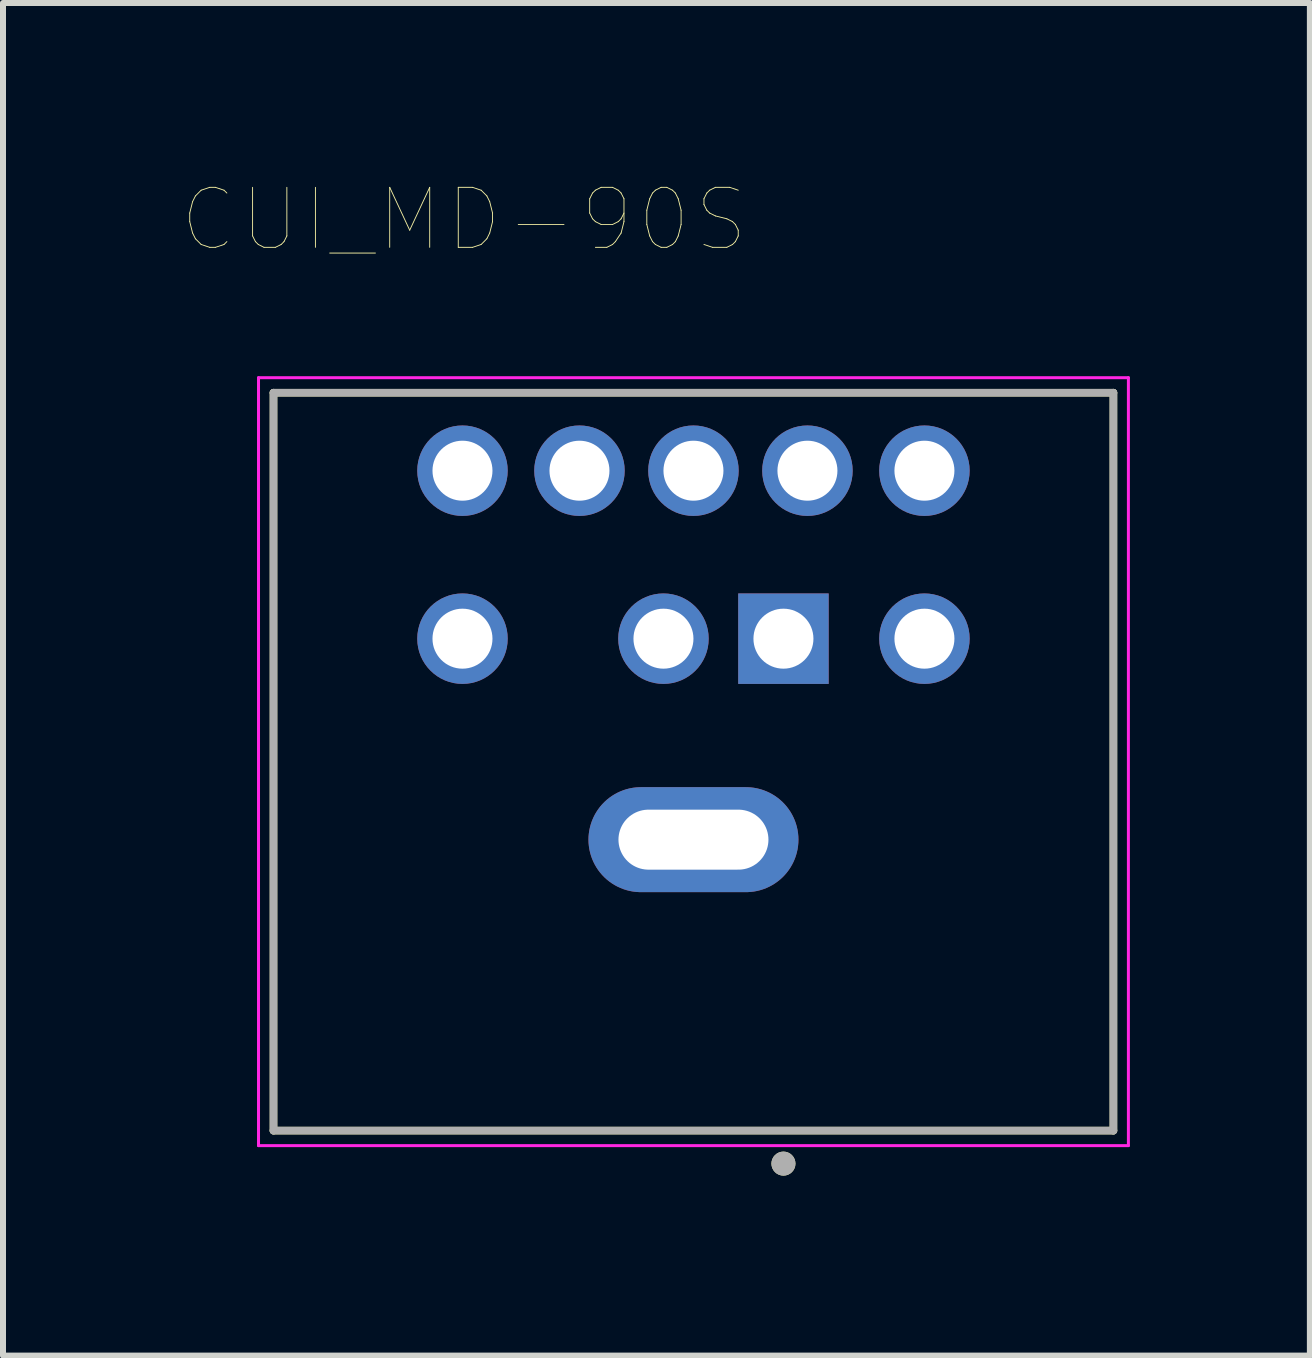
<source format=kicad_pcb>
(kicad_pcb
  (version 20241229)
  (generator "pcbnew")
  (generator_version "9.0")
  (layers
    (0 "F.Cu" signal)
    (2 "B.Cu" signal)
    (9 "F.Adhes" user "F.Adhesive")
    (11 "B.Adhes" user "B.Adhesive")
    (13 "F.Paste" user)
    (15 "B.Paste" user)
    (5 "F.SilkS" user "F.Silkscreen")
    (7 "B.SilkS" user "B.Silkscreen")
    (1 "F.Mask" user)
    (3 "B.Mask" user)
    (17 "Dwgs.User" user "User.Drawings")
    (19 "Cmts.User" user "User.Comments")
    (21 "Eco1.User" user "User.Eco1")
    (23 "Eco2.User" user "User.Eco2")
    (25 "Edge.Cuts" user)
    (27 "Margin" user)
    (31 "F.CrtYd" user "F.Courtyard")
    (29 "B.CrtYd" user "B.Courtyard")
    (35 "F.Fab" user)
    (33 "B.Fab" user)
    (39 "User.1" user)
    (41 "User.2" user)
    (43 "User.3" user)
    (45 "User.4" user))
  (footprint "CUI_MD-90S"
    (layer "F.Cu")
    (at 8.509 9.646)
    (property "Reference" "CUI_MD-90S" (at -3.825 -9.035 0) (layer "F.SilkS") (effects (font (size 1 1) (thickness 0.015))))
    (attr through_hole)
    (fp_line (start -7 -6.15) (end 7 -6.15) (stroke (width 0.127) (type solid)) (layer "F.SilkS"))
    (fp_line (start -7 6.15) (end -7 -6.15) (stroke (width 0.127) (type solid)) (layer "F.SilkS"))
    (fp_line (start 7 6.15) (end -7 6.15) (stroke (width 0.127) (type solid)) (layer "F.SilkS"))
    (fp_line (start 7 6.15) (end 7 -6.15) (stroke (width 0.127) (type solid)) (layer "F.SilkS"))
    (fp_circle (center 1.5 6.7) (end 1.6 6.7) (stroke (width 0.2) (type solid)) (fill no) (layer "F.SilkS"))
    (fp_line (start -7.25 -6.4) (end 7.25 -6.4) (stroke (width 0.05) (type solid)) (layer "F.CrtYd"))
    (fp_line (start -7.25 6.4) (end -7.25 -6.4) (stroke (width 0.05) (type solid)) (layer "F.CrtYd"))
    (fp_line (start 7.25 -6.4) (end 7.25 6.4) (stroke (width 0.05) (type solid)) (layer "F.CrtYd"))
    (fp_line (start 7.25 6.4) (end -7.25 6.4) (stroke (width 0.05) (type solid)) (layer "F.CrtYd"))
    (fp_line (start -7 -6.15) (end 7 -6.15) (stroke (width 0.127) (type solid)) (layer "F.Fab"))
    (fp_line (start -7 6.15) (end -7 -6.15) (stroke (width 0.127) (type solid)) (layer "F.Fab"))
    (fp_line (start 7 -6.15) (end 7 6.15) (stroke (width 0.127) (type solid)) (layer "F.Fab"))
    (fp_line (start 7 6.15) (end -7 6.15) (stroke (width 0.127) (type solid)) (layer "F.Fab"))
    (fp_circle (center 1.5 6.7) (end 1.6 6.7) (stroke (width 0.2) (type solid)) (fill no) (layer "F.Fab"))
    (pad "1" thru_hole rect (at 1.5 -2.05) (size 1.508 1.508) (drill 1) (layers "*.Cu" "*.Mask"))
    (pad "2" thru_hole circle (at -0.5 -2.05) (size 1.508 1.508) (drill 1) (layers "*.Cu" "*.Mask"))
    (pad "3" thru_hole circle (at 3.85 -2.05) (size 1.508 1.508) (drill 1) (layers "*.Cu" "*.Mask"))
    (pad "4" thru_hole circle (at 1.9 -4.85) (size 1.508 1.508) (drill 1) (layers "*.Cu" "*.Mask"))
    (pad "5" thru_hole circle (at 0 -4.85) (size 1.508 1.508) (drill 1) (layers "*.Cu" "*.Mask"))
    (pad "6" thru_hole circle (at -3.85 -2.05) (size 1.508 1.508) (drill 1) (layers "*.Cu" "*.Mask"))
    (pad "7" thru_hole circle (at 3.85 -4.85) (size 1.508 1.508) (drill 1) (layers "*.Cu" "*.Mask"))
    (pad "8" thru_hole circle (at -1.9 -4.85) (size 1.508 1.508) (drill 1) (layers "*.Cu" "*.Mask"))
    (pad "9" thru_hole circle (at -3.85 -4.85) (size 1.508 1.508) (drill 1) (layers "*.Cu" "*.Mask"))
    (pad "SH" thru_hole oval (at 0 1.3) (size 3.5 1.75) (drill oval 2.5 1) (layers "*.Cu" "*.Mask")))
  (gr_rect
    (start -3 -3)
    (end 18.784 19.546)
    (stroke (width 0.1) (type default))
    (fill no)
    (layer "Edge.Cuts")))
</source>
